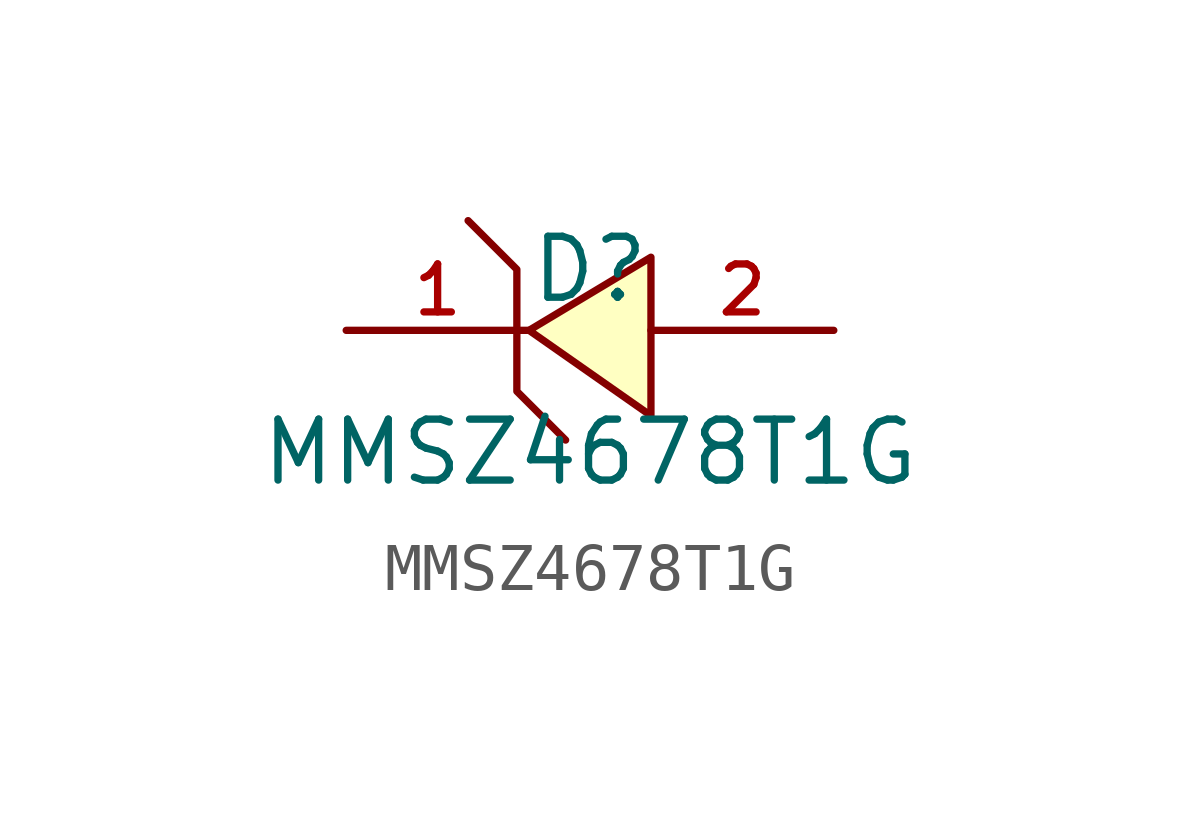
<source format=kicad_sym>
(kicad_symbol_lib
  (version 20210201)
  (generator TousstNicolas/JLC2KiCad_lib)
  (symbol "MMSZ4678T1G"
    (pin_names hide)
    (property "Reference" "D"
      (at 0 1.27 0)
      (effects (font (size 1.27 1.27))))
    (property "Value" "MMSZ4678T1G"
      (at 0 -2.54 0)
      (effects (font (size 1.27 1.27))))
    (symbol "MMSZ4678T1G_0_1"
      (pin unspecified line (at 5.08 -0.0 180) (length 3.81) (name "A" (effects (font (size 1 1)))) (number "2" (effects (font (size 1 1)))))
      (pin unspecified line (at -5.08 -0.0 0) (length 3.81) (name "K" (effects (font (size 1 1)))) (number "1" (effects (font (size 1 1)))))
      (polyline (pts (xy -2.54 2.286) (xy -1.524 1.27) (xy -1.524 -1.27) (xy -0.508 -2.286)) (stroke (width 0) (type default) (color 0 0 0 0)) (fill (type none)))
      (polyline (pts (xy 1.27 1.524) (xy -1.27 -0.0) (xy 1.27 -1.778) (xy 1.27 1.524)) (stroke (width 0) (type default) (color 0 0 0 0)) (fill (type background))))))
</source>
